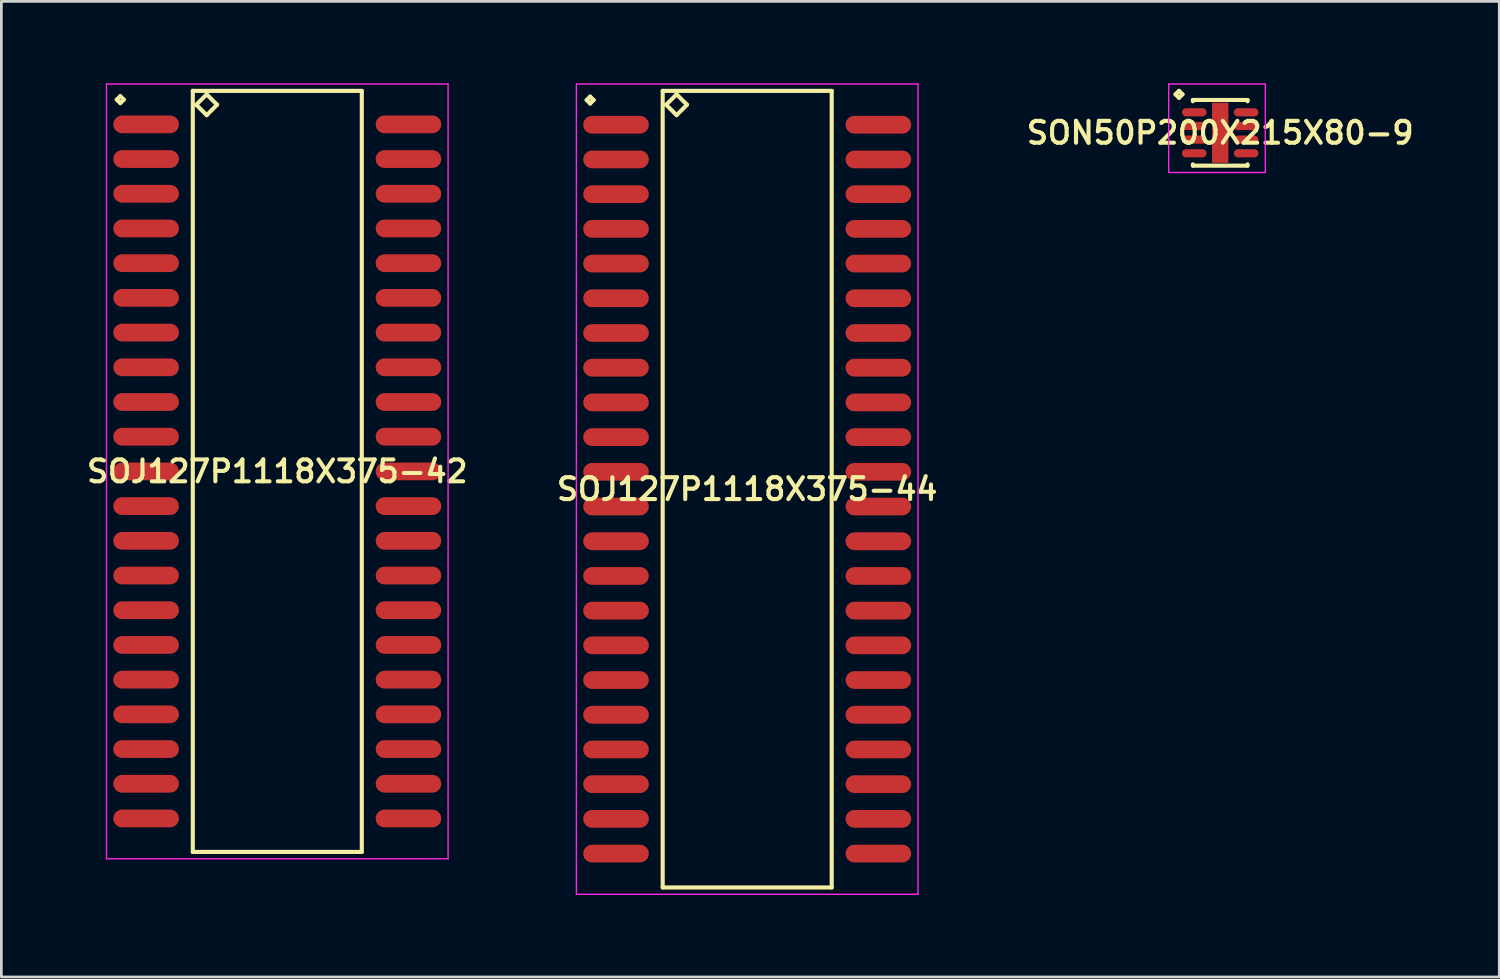
<source format=kicad_pcb>
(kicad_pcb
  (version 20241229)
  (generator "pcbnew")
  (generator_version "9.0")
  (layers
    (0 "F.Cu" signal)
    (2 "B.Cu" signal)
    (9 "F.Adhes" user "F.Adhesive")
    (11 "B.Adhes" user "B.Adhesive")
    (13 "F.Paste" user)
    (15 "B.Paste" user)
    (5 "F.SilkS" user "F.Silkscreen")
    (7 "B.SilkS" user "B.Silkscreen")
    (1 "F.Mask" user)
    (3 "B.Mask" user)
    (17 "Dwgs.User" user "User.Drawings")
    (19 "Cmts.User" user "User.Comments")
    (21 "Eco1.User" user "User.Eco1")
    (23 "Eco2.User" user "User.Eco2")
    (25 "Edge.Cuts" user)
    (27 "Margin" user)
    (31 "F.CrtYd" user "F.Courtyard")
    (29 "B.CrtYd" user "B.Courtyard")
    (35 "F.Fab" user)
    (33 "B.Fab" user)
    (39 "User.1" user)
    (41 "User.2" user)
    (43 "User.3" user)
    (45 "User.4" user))
  (footprint "SON50P200X215X80-9"
    (layer "F.Cu")
    (at 41.601 1.81)
    (property "Reference" "SON50P200X215X80-9" (at 0 0 0) (layer "F.SilkS") (effects (font (size 0.8 0.8) (thickness 0.15))))
    (attr smd)
    (fp_line (start -1.635 -1.408) (end -1.508 -1.535) (stroke (width 0.15) (type solid)) (layer "F.SilkS"))
    (fp_line (start -1.508 -1.535) (end -1.381 -1.408) (stroke (width 0.15) (type solid)) (layer "F.SilkS"))
    (fp_line (start -1.508 -1.281) (end -1.635 -1.408) (stroke (width 0.15) (type solid)) (layer "F.SilkS"))
    (fp_line (start -1.381 -1.408) (end -1.508 -1.281) (stroke (width 0.15) (type solid)) (layer "F.SilkS"))
    (fp_line (start -1 -1.202) (end 1 -1.202) (stroke (width 0.15) (type solid)) (layer "F.SilkS"))
    (fp_line (start -1 -1.154) (end -1 -1.202) (stroke (width 0.15) (type solid)) (layer "F.SilkS"))
    (fp_line (start -1 1.154) (end -1 1.202) (stroke (width 0.15) (type solid)) (layer "F.SilkS"))
    (fp_line (start -1 1.202) (end 1 1.202) (stroke (width 0.15) (type solid)) (layer "F.SilkS"))
    (fp_line (start 1 -1.202) (end 1 -1.154) (stroke (width 0.15) (type solid)) (layer "F.SilkS"))
    (fp_line (start 1 1.202) (end 1 1.154) (stroke (width 0.15) (type solid)) (layer "F.SilkS"))
    (fp_line (start -1.885 -1.785) (end 1.65 -1.785) (stroke (width 0.05) (type solid)) (layer "F.CrtYd"))
    (fp_line (start -1.885 1.452) (end -1.885 -1.785) (stroke (width 0.05) (type solid)) (layer "F.CrtYd"))
    (fp_line (start 1.65 -1.785) (end 1.65 1.452) (stroke (width 0.05) (type solid)) (layer "F.CrtYd"))
    (fp_line (start 1.65 1.452) (end -1.885 1.452) (stroke (width 0.05) (type solid)) (layer "F.CrtYd"))
    (pad "1" smd oval (at -0.95 -0.75) (size 0.9 0.3) (layers "F.Cu" "F.Mask" "F.Paste"))
    (pad "2" smd oval (at -0.95 -0.25) (size 0.9 0.3) (layers "F.Cu" "F.Mask" "F.Paste"))
    (pad "3" smd oval (at -0.95 0.25) (size 0.9 0.3) (layers "F.Cu" "F.Mask" "F.Paste"))
    (pad "4" smd oval (at -0.95 0.75) (size 0.9 0.3) (layers "F.Cu" "F.Mask" "F.Paste"))
    (pad "5" smd oval (at 0.95 0.75) (size 0.9 0.3) (layers "F.Cu" "F.Mask" "F.Paste"))
    (pad "6" smd oval (at 0.95 0.25) (size 0.9 0.3) (layers "F.Cu" "F.Mask" "F.Paste"))
    (pad "7" smd oval (at 0.95 -0.25) (size 0.9 0.3) (layers "F.Cu" "F.Mask" "F.Paste"))
    (pad "8" smd oval (at 0.95 -0.75) (size 0.9 0.3) (layers "F.Cu" "F.Mask" "F.Paste"))
    (pad "9" smd rect (at 0 0) (size 0.6 2.2) (layers "F.Cu" "F.Mask" "F.Paste")))
  (footprint "SOJ127P1118X375-44"
    (layer "F.Cu")
    (at 24.292 14.85)
    (property "Reference" "SOJ127P1118X375-44" (at 0 0 0) (layer "F.SilkS") (effects (font (size 0.8 0.8) (thickness 0.15))))
    (attr smd)
    (fp_line (start -5.873 -14.239) (end -5.746 -14.366) (stroke (width 0.15) (type solid)) (layer "F.SilkS"))
    (fp_line (start -5.746 -14.366) (end -5.619 -14.239) (stroke (width 0.15) (type solid)) (layer "F.SilkS"))
    (fp_line (start -5.746 -14.112) (end -5.873 -14.239) (stroke (width 0.15) (type solid)) (layer "F.SilkS"))
    (fp_line (start -5.619 -14.239) (end -5.746 -14.112) (stroke (width 0.15) (type solid)) (layer "F.SilkS"))
    (fp_line (start -3.092 -14.575) (end -3.092 14.575) (stroke (width 0.15) (type solid)) (layer "F.SilkS"))
    (fp_line (start -3.092 14.575) (end 3.092 14.575) (stroke (width 0.15) (type solid)) (layer "F.SilkS"))
    (fp_line (start -2.965 -14.067) (end -2.584 -14.448) (stroke (width 0.15) (type solid)) (layer "F.SilkS"))
    (fp_line (start -2.584 -14.448) (end -2.203 -14.067) (stroke (width 0.15) (type solid)) (layer "F.SilkS"))
    (fp_line (start -2.584 -13.686) (end -2.965 -14.067) (stroke (width 0.15) (type solid)) (layer "F.SilkS"))
    (fp_line (start -2.203 -14.067) (end -2.584 -13.686) (stroke (width 0.15) (type solid)) (layer "F.SilkS"))
    (fp_line (start 3.092 -14.575) (end -3.092 -14.575) (stroke (width 0.15) (type solid)) (layer "F.SilkS"))
    (fp_line (start 3.092 14.575) (end 3.092 -14.575) (stroke (width 0.15) (type solid)) (layer "F.SilkS"))
    (fp_line (start -6.25 -14.825) (end 6.25 -14.825) (stroke (width 0.05) (type solid)) (layer "F.CrtYd"))
    (fp_line (start -6.25 14.825) (end -6.25 -14.825) (stroke (width 0.05) (type solid)) (layer "F.CrtYd"))
    (fp_line (start 6.25 -14.825) (end 6.25 14.825) (stroke (width 0.05) (type solid)) (layer "F.CrtYd"))
    (fp_line (start 6.25 14.825) (end -6.25 14.825) (stroke (width 0.05) (type solid)) (layer "F.CrtYd"))
    (pad "1" smd oval (at -4.8 -13.335) (size 2.4 0.65) (layers "F.Cu" "F.Mask" "F.Paste"))
    (pad "2" smd oval (at -4.8 -12.065) (size 2.4 0.65) (layers "F.Cu" "F.Mask" "F.Paste"))
    (pad "3" smd oval (at -4.8 -10.795) (size 2.4 0.65) (layers "F.Cu" "F.Mask" "F.Paste"))
    (pad "4" smd oval (at -4.8 -9.525) (size 2.4 0.65) (layers "F.Cu" "F.Mask" "F.Paste"))
    (pad "5" smd oval (at -4.8 -8.255) (size 2.4 0.65) (layers "F.Cu" "F.Mask" "F.Paste"))
    (pad "6" smd oval (at -4.8 -6.985) (size 2.4 0.65) (layers "F.Cu" "F.Mask" "F.Paste"))
    (pad "7" smd oval (at -4.8 -5.715) (size 2.4 0.65) (layers "F.Cu" "F.Mask" "F.Paste"))
    (pad "8" smd oval (at -4.8 -4.445) (size 2.4 0.65) (layers "F.Cu" "F.Mask" "F.Paste"))
    (pad "9" smd oval (at -4.8 -3.175) (size 2.4 0.65) (layers "F.Cu" "F.Mask" "F.Paste"))
    (pad "10" smd oval (at -4.8 -1.905) (size 2.4 0.65) (layers "F.Cu" "F.Mask" "F.Paste"))
    (pad "11" smd oval (at -4.8 -0.635) (size 2.4 0.65) (layers "F.Cu" "F.Mask" "F.Paste"))
    (pad "12" smd oval (at -4.8 0.635) (size 2.4 0.65) (layers "F.Cu" "F.Mask" "F.Paste"))
    (pad "13" smd oval (at -4.8 1.905) (size 2.4 0.65) (layers "F.Cu" "F.Mask" "F.Paste"))
    (pad "14" smd oval (at -4.8 3.175) (size 2.4 0.65) (layers "F.Cu" "F.Mask" "F.Paste"))
    (pad "15" smd oval (at -4.8 4.445) (size 2.4 0.65) (layers "F.Cu" "F.Mask" "F.Paste"))
    (pad "16" smd oval (at -4.8 5.715) (size 2.4 0.65) (layers "F.Cu" "F.Mask" "F.Paste"))
    (pad "17" smd oval (at -4.8 6.985) (size 2.4 0.65) (layers "F.Cu" "F.Mask" "F.Paste"))
    (pad "18" smd oval (at -4.8 8.255) (size 2.4 0.65) (layers "F.Cu" "F.Mask" "F.Paste"))
    (pad "19" smd oval (at -4.8 9.525) (size 2.4 0.65) (layers "F.Cu" "F.Mask" "F.Paste"))
    (pad "20" smd oval (at -4.8 10.795) (size 2.4 0.65) (layers "F.Cu" "F.Mask" "F.Paste"))
    (pad "21" smd oval (at -4.8 12.065) (size 2.4 0.65) (layers "F.Cu" "F.Mask" "F.Paste"))
    (pad "22" smd oval (at -4.8 13.335) (size 2.4 0.65) (layers "F.Cu" "F.Mask" "F.Paste"))
    (pad "23" smd oval (at 4.8 13.335) (size 2.4 0.65) (layers "F.Cu" "F.Mask" "F.Paste"))
    (pad "24" smd oval (at 4.8 12.065) (size 2.4 0.65) (layers "F.Cu" "F.Mask" "F.Paste"))
    (pad "25" smd oval (at 4.8 10.795) (size 2.4 0.65) (layers "F.Cu" "F.Mask" "F.Paste"))
    (pad "26" smd oval (at 4.8 9.525) (size 2.4 0.65) (layers "F.Cu" "F.Mask" "F.Paste"))
    (pad "27" smd oval (at 4.8 8.255) (size 2.4 0.65) (layers "F.Cu" "F.Mask" "F.Paste"))
    (pad "28" smd oval (at 4.8 6.985) (size 2.4 0.65) (layers "F.Cu" "F.Mask" "F.Paste"))
    (pad "29" smd oval (at 4.8 5.715) (size 2.4 0.65) (layers "F.Cu" "F.Mask" "F.Paste"))
    (pad "30" smd oval (at 4.8 4.445) (size 2.4 0.65) (layers "F.Cu" "F.Mask" "F.Paste"))
    (pad "31" smd oval (at 4.8 3.175) (size 2.4 0.65) (layers "F.Cu" "F.Mask" "F.Paste"))
    (pad "32" smd oval (at 4.8 1.905) (size 2.4 0.65) (layers "F.Cu" "F.Mask" "F.Paste"))
    (pad "33" smd oval (at 4.8 0.635) (size 2.4 0.65) (layers "F.Cu" "F.Mask" "F.Paste"))
    (pad "34" smd oval (at 4.8 -0.635) (size 2.4 0.65) (layers "F.Cu" "F.Mask" "F.Paste"))
    (pad "35" smd oval (at 4.8 -1.905) (size 2.4 0.65) (layers "F.Cu" "F.Mask" "F.Paste"))
    (pad "36" smd oval (at 4.8 -3.175) (size 2.4 0.65) (layers "F.Cu" "F.Mask" "F.Paste"))
    (pad "37" smd oval (at 4.8 -4.445) (size 2.4 0.65) (layers "F.Cu" "F.Mask" "F.Paste"))
    (pad "38" smd oval (at 4.8 -5.715) (size 2.4 0.65) (layers "F.Cu" "F.Mask" "F.Paste"))
    (pad "39" smd oval (at 4.8 -6.985) (size 2.4 0.65) (layers "F.Cu" "F.Mask" "F.Paste"))
    (pad "40" smd oval (at 4.8 -8.255) (size 2.4 0.65) (layers "F.Cu" "F.Mask" "F.Paste"))
    (pad "41" smd oval (at 4.8 -9.525) (size 2.4 0.65) (layers "F.Cu" "F.Mask" "F.Paste"))
    (pad "42" smd oval (at 4.8 -10.795) (size 2.4 0.65) (layers "F.Cu" "F.Mask" "F.Paste"))
    (pad "43" smd oval (at 4.8 -12.065) (size 2.4 0.65) (layers "F.Cu" "F.Mask" "F.Paste"))
    (pad "44" smd oval (at 4.8 -13.335) (size 2.4 0.65) (layers "F.Cu" "F.Mask" "F.Paste")))
  (footprint "SOJ127P1118X375-42"
    (layer "F.Cu")
    (at 7.097 14.2)
    (property "Reference" "SOJ127P1118X375-42" (at 0 0 0) (layer "F.SilkS") (effects (font (size 0.8 0.8) (thickness 0.15))))
    (attr smd)
    (fp_line (start -5.873 -13.604) (end -5.746 -13.731) (stroke (width 0.15) (type solid)) (layer "F.SilkS"))
    (fp_line (start -5.746 -13.731) (end -5.619 -13.604) (stroke (width 0.15) (type solid)) (layer "F.SilkS"))
    (fp_line (start -5.746 -13.477) (end -5.873 -13.604) (stroke (width 0.15) (type solid)) (layer "F.SilkS"))
    (fp_line (start -5.619 -13.604) (end -5.746 -13.477) (stroke (width 0.15) (type solid)) (layer "F.SilkS"))
    (fp_line (start -3.092 -13.925) (end -3.092 13.925) (stroke (width 0.15) (type solid)) (layer "F.SilkS"))
    (fp_line (start -3.092 13.925) (end 3.092 13.925) (stroke (width 0.15) (type solid)) (layer "F.SilkS"))
    (fp_line (start -2.965 -13.417) (end -2.584 -13.798) (stroke (width 0.15) (type solid)) (layer "F.SilkS"))
    (fp_line (start -2.584 -13.798) (end -2.203 -13.417) (stroke (width 0.15) (type solid)) (layer "F.SilkS"))
    (fp_line (start -2.584 -13.036) (end -2.965 -13.417) (stroke (width 0.15) (type solid)) (layer "F.SilkS"))
    (fp_line (start -2.203 -13.417) (end -2.584 -13.036) (stroke (width 0.15) (type solid)) (layer "F.SilkS"))
    (fp_line (start 3.092 -13.925) (end -3.092 -13.925) (stroke (width 0.15) (type solid)) (layer "F.SilkS"))
    (fp_line (start 3.092 13.925) (end 3.092 -13.925) (stroke (width 0.15) (type solid)) (layer "F.SilkS"))
    (fp_line (start -6.25 -14.175) (end 6.25 -14.175) (stroke (width 0.05) (type solid)) (layer "F.CrtYd"))
    (fp_line (start -6.25 14.175) (end -6.25 -14.175) (stroke (width 0.05) (type solid)) (layer "F.CrtYd"))
    (fp_line (start 6.25 -14.175) (end 6.25 14.175) (stroke (width 0.05) (type solid)) (layer "F.CrtYd"))
    (fp_line (start 6.25 14.175) (end -6.25 14.175) (stroke (width 0.05) (type solid)) (layer "F.CrtYd"))
    (pad "1" smd oval (at -4.8 -12.7) (size 2.4 0.65) (layers "F.Cu" "F.Mask" "F.Paste"))
    (pad "2" smd oval (at -4.8 -11.43) (size 2.4 0.65) (layers "F.Cu" "F.Mask" "F.Paste"))
    (pad "3" smd oval (at -4.8 -10.16) (size 2.4 0.65) (layers "F.Cu" "F.Mask" "F.Paste"))
    (pad "4" smd oval (at -4.8 -8.89) (size 2.4 0.65) (layers "F.Cu" "F.Mask" "F.Paste"))
    (pad "5" smd oval (at -4.8 -7.62) (size 2.4 0.65) (layers "F.Cu" "F.Mask" "F.Paste"))
    (pad "6" smd oval (at -4.8 -6.35) (size 2.4 0.65) (layers "F.Cu" "F.Mask" "F.Paste"))
    (pad "7" smd oval (at -4.8 -5.08) (size 2.4 0.65) (layers "F.Cu" "F.Mask" "F.Paste"))
    (pad "8" smd oval (at -4.8 -3.81) (size 2.4 0.65) (layers "F.Cu" "F.Mask" "F.Paste"))
    (pad "9" smd oval (at -4.8 -2.54) (size 2.4 0.65) (layers "F.Cu" "F.Mask" "F.Paste"))
    (pad "10" smd oval (at -4.8 -1.27) (size 2.4 0.65) (layers "F.Cu" "F.Mask" "F.Paste"))
    (pad "11" smd oval (at -4.8 0) (size 2.4 0.65) (layers "F.Cu" "F.Mask" "F.Paste"))
    (pad "12" smd oval (at -4.8 1.27) (size 2.4 0.65) (layers "F.Cu" "F.Mask" "F.Paste"))
    (pad "13" smd oval (at -4.8 2.54) (size 2.4 0.65) (layers "F.Cu" "F.Mask" "F.Paste"))
    (pad "14" smd oval (at -4.8 3.81) (size 2.4 0.65) (layers "F.Cu" "F.Mask" "F.Paste"))
    (pad "15" smd oval (at -4.8 5.08) (size 2.4 0.65) (layers "F.Cu" "F.Mask" "F.Paste"))
    (pad "16" smd oval (at -4.8 6.35) (size 2.4 0.65) (layers "F.Cu" "F.Mask" "F.Paste"))
    (pad "17" smd oval (at -4.8 7.62) (size 2.4 0.65) (layers "F.Cu" "F.Mask" "F.Paste"))
    (pad "18" smd oval (at -4.8 8.89) (size 2.4 0.65) (layers "F.Cu" "F.Mask" "F.Paste"))
    (pad "19" smd oval (at -4.8 10.16) (size 2.4 0.65) (layers "F.Cu" "F.Mask" "F.Paste"))
    (pad "20" smd oval (at -4.8 11.43) (size 2.4 0.65) (layers "F.Cu" "F.Mask" "F.Paste"))
    (pad "21" smd oval (at -4.8 12.7) (size 2.4 0.65) (layers "F.Cu" "F.Mask" "F.Paste"))
    (pad "22" smd oval (at 4.8 12.7) (size 2.4 0.65) (layers "F.Cu" "F.Mask" "F.Paste"))
    (pad "23" smd oval (at 4.8 11.43) (size 2.4 0.65) (layers "F.Cu" "F.Mask" "F.Paste"))
    (pad "24" smd oval (at 4.8 10.16) (size 2.4 0.65) (layers "F.Cu" "F.Mask" "F.Paste"))
    (pad "25" smd oval (at 4.8 8.89) (size 2.4 0.65) (layers "F.Cu" "F.Mask" "F.Paste"))
    (pad "26" smd oval (at 4.8 7.62) (size 2.4 0.65) (layers "F.Cu" "F.Mask" "F.Paste"))
    (pad "27" smd oval (at 4.8 6.35) (size 2.4 0.65) (layers "F.Cu" "F.Mask" "F.Paste"))
    (pad "28" smd oval (at 4.8 5.08) (size 2.4 0.65) (layers "F.Cu" "F.Mask" "F.Paste"))
    (pad "29" smd oval (at 4.8 3.81) (size 2.4 0.65) (layers "F.Cu" "F.Mask" "F.Paste"))
    (pad "30" smd oval (at 4.8 2.54) (size 2.4 0.65) (layers "F.Cu" "F.Mask" "F.Paste"))
    (pad "31" smd oval (at 4.8 1.27) (size 2.4 0.65) (layers "F.Cu" "F.Mask" "F.Paste"))
    (pad "32" smd oval (at 4.8 0) (size 2.4 0.65) (layers "F.Cu" "F.Mask" "F.Paste"))
    (pad "33" smd oval (at 4.8 -1.27) (size 2.4 0.65) (layers "F.Cu" "F.Mask" "F.Paste"))
    (pad "34" smd oval (at 4.8 -2.54) (size 2.4 0.65) (layers "F.Cu" "F.Mask" "F.Paste"))
    (pad "35" smd oval (at 4.8 -3.81) (size 2.4 0.65) (layers "F.Cu" "F.Mask" "F.Paste"))
    (pad "36" smd oval (at 4.8 -5.08) (size 2.4 0.65) (layers "F.Cu" "F.Mask" "F.Paste"))
    (pad "37" smd oval (at 4.8 -6.35) (size 2.4 0.65) (layers "F.Cu" "F.Mask" "F.Paste"))
    (pad "38" smd oval (at 4.8 -7.62) (size 2.4 0.65) (layers "F.Cu" "F.Mask" "F.Paste"))
    (pad "39" smd oval (at 4.8 -8.89) (size 2.4 0.65) (layers "F.Cu" "F.Mask" "F.Paste"))
    (pad "40" smd oval (at 4.8 -10.16) (size 2.4 0.65) (layers "F.Cu" "F.Mask" "F.Paste"))
    (pad "41" smd oval (at 4.8 -11.43) (size 2.4 0.65) (layers "F.Cu" "F.Mask" "F.Paste"))
    (pad "42" smd oval (at 4.8 -12.7) (size 2.4 0.65) (layers "F.Cu" "F.Mask" "F.Paste")))
  (gr_rect
    (start -3 -3)
    (end 51.813 32.7)
    (stroke (width 0.1) (type default))
    (fill no)
    (layer "Edge.Cuts")))
</source>
